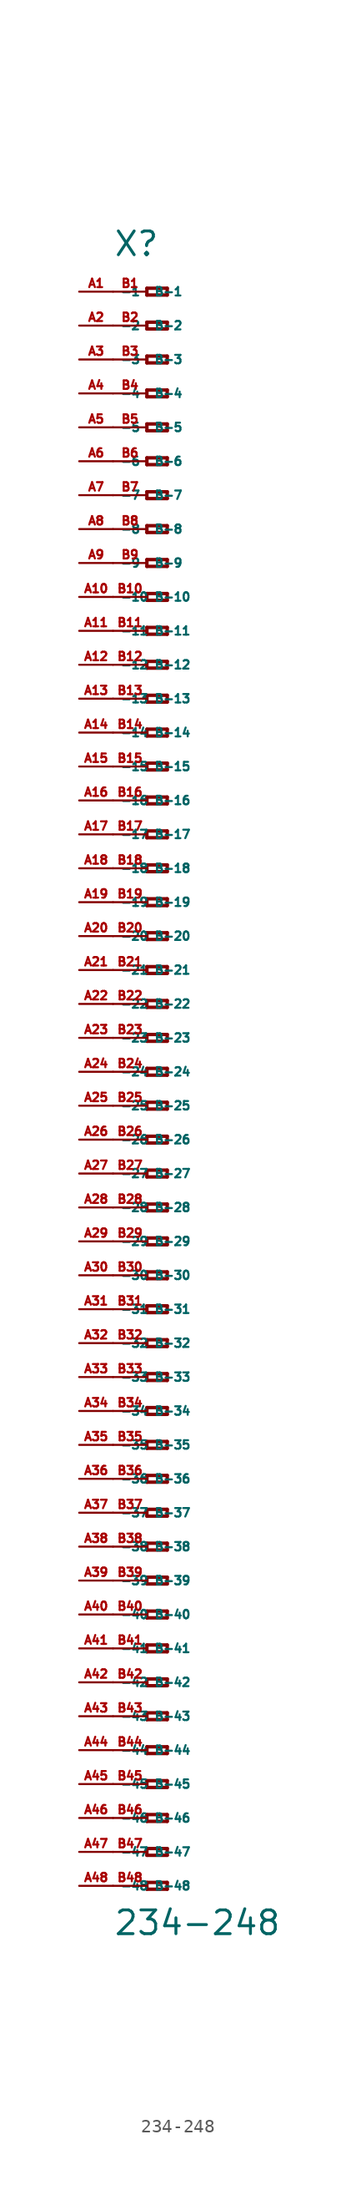
<source format=kicad_sym>
(kicad_symbol_lib
  (version 20220914)
  (generator Eagle2Kicad)
  (symbol "234-248"
    (property "Reference" "X"
      (at -5.08 60.96 0)
      (effects (font (size 1.778 1.778) (thickness 0.22)) (justify left bottom)))
    (property "Value" "234-248"
      (at -5.08 -64.77 0)
      (effects (font (size 1.778 1.778) (thickness 0.22)) (justify left bottom)))
    (polyline
      (pts (xy -2.54 58.674) (xy -2.54 58.166))
      (stroke (width 0.254) (type default))
      (fill (type none)))
    (polyline
      (pts (xy -2.54 58.166) (xy -1.016 58.166))
      (stroke (width 0.254) (type default))
      (fill (type none)))
    (polyline
      (pts (xy -1.016 58.166) (xy -1.016 58.674))
      (stroke (width 0.254) (type default))
      (fill (type none)))
    (polyline
      (pts (xy -1.016 58.674) (xy -2.54 58.674))
      (stroke (width 0.254) (type default))
      (fill (type none)))
    (polyline
      (pts (xy -2.54 56.134) (xy -2.54 55.626))
      (stroke (width 0.254) (type default))
      (fill (type none)))
    (polyline
      (pts (xy -2.54 55.626) (xy -1.016 55.626))
      (stroke (width 0.254) (type default))
      (fill (type none)))
    (polyline
      (pts (xy -1.016 55.626) (xy -1.016 56.134))
      (stroke (width 0.254) (type default))
      (fill (type none)))
    (polyline
      (pts (xy -1.016 56.134) (xy -2.54 56.134))
      (stroke (width 0.254) (type default))
      (fill (type none)))
    (polyline
      (pts (xy -2.54 53.594) (xy -2.54 53.086))
      (stroke (width 0.254) (type default))
      (fill (type none)))
    (polyline
      (pts (xy -2.54 53.086) (xy -1.016 53.086))
      (stroke (width 0.254) (type default))
      (fill (type none)))
    (polyline
      (pts (xy -1.016 53.086) (xy -1.016 53.594))
      (stroke (width 0.254) (type default))
      (fill (type none)))
    (polyline
      (pts (xy -1.016 53.594) (xy -2.54 53.594))
      (stroke (width 0.254) (type default))
      (fill (type none)))
    (polyline
      (pts (xy -2.54 51.054) (xy -2.54 50.546))
      (stroke (width 0.254) (type default))
      (fill (type none)))
    (polyline
      (pts (xy -2.54 50.546) (xy -1.016 50.546))
      (stroke (width 0.254) (type default))
      (fill (type none)))
    (polyline
      (pts (xy -1.016 50.546) (xy -1.016 51.054))
      (stroke (width 0.254) (type default))
      (fill (type none)))
    (polyline
      (pts (xy -1.016 51.054) (xy -2.54 51.054))
      (stroke (width 0.254) (type default))
      (fill (type none)))
    (polyline
      (pts (xy -2.54 48.514) (xy -2.54 48.006))
      (stroke (width 0.254) (type default))
      (fill (type none)))
    (polyline
      (pts (xy -2.54 48.006) (xy -1.016 48.006))
      (stroke (width 0.254) (type default))
      (fill (type none)))
    (polyline
      (pts (xy -1.016 48.006) (xy -1.016 48.514))
      (stroke (width 0.254) (type default))
      (fill (type none)))
    (polyline
      (pts (xy -1.016 48.514) (xy -2.54 48.514))
      (stroke (width 0.254) (type default))
      (fill (type none)))
    (polyline
      (pts (xy -2.54 45.974) (xy -2.54 45.466))
      (stroke (width 0.254) (type default))
      (fill (type none)))
    (polyline
      (pts (xy -2.54 45.466) (xy -1.016 45.466))
      (stroke (width 0.254) (type default))
      (fill (type none)))
    (polyline
      (pts (xy -1.016 45.466) (xy -1.016 45.974))
      (stroke (width 0.254) (type default))
      (fill (type none)))
    (polyline
      (pts (xy -1.016 45.974) (xy -2.54 45.974))
      (stroke (width 0.254) (type default))
      (fill (type none)))
    (polyline
      (pts (xy -2.54 43.434) (xy -2.54 42.926))
      (stroke (width 0.254) (type default))
      (fill (type none)))
    (polyline
      (pts (xy -2.54 42.926) (xy -1.016 42.926))
      (stroke (width 0.254) (type default))
      (fill (type none)))
    (polyline
      (pts (xy -1.016 42.926) (xy -1.016 43.434))
      (stroke (width 0.254) (type default))
      (fill (type none)))
    (polyline
      (pts (xy -1.016 43.434) (xy -2.54 43.434))
      (stroke (width 0.254) (type default))
      (fill (type none)))
    (polyline
      (pts (xy -2.54 40.894) (xy -2.54 40.386))
      (stroke (width 0.254) (type default))
      (fill (type none)))
    (polyline
      (pts (xy -2.54 40.386) (xy -1.016 40.386))
      (stroke (width 0.254) (type default))
      (fill (type none)))
    (polyline
      (pts (xy -1.016 40.386) (xy -1.016 40.894))
      (stroke (width 0.254) (type default))
      (fill (type none)))
    (polyline
      (pts (xy -1.016 40.894) (xy -2.54 40.894))
      (stroke (width 0.254) (type default))
      (fill (type none)))
    (polyline
      (pts (xy -2.54 38.354) (xy -2.54 37.846))
      (stroke (width 0.254) (type default))
      (fill (type none)))
    (polyline
      (pts (xy -2.54 37.846) (xy -1.016 37.846))
      (stroke (width 0.254) (type default))
      (fill (type none)))
    (polyline
      (pts (xy -1.016 37.846) (xy -1.016 38.354))
      (stroke (width 0.254) (type default))
      (fill (type none)))
    (polyline
      (pts (xy -1.016 38.354) (xy -2.54 38.354))
      (stroke (width 0.254) (type default))
      (fill (type none)))
    (polyline
      (pts (xy -2.54 35.814) (xy -2.54 35.306))
      (stroke (width 0.254) (type default))
      (fill (type none)))
    (polyline
      (pts (xy -2.54 35.306) (xy -1.016 35.306))
      (stroke (width 0.254) (type default))
      (fill (type none)))
    (polyline
      (pts (xy -1.016 35.306) (xy -1.016 35.814))
      (stroke (width 0.254) (type default))
      (fill (type none)))
    (polyline
      (pts (xy -1.016 35.814) (xy -2.54 35.814))
      (stroke (width 0.254) (type default))
      (fill (type none)))
    (polyline
      (pts (xy -2.54 33.274) (xy -2.54 32.766))
      (stroke (width 0.254) (type default))
      (fill (type none)))
    (polyline
      (pts (xy -2.54 32.766) (xy -1.016 32.766))
      (stroke (width 0.254) (type default))
      (fill (type none)))
    (polyline
      (pts (xy -1.016 32.766) (xy -1.016 33.274))
      (stroke (width 0.254) (type default))
      (fill (type none)))
    (polyline
      (pts (xy -1.016 33.274) (xy -2.54 33.274))
      (stroke (width 0.254) (type default))
      (fill (type none)))
    (polyline
      (pts (xy -2.54 30.734) (xy -2.54 30.226))
      (stroke (width 0.254) (type default))
      (fill (type none)))
    (polyline
      (pts (xy -2.54 30.226) (xy -1.016 30.226))
      (stroke (width 0.254) (type default))
      (fill (type none)))
    (polyline
      (pts (xy -1.016 30.226) (xy -1.016 30.734))
      (stroke (width 0.254) (type default))
      (fill (type none)))
    (polyline
      (pts (xy -1.016 30.734) (xy -2.54 30.734))
      (stroke (width 0.254) (type default))
      (fill (type none)))
    (polyline
      (pts (xy -2.54 28.194) (xy -2.54 27.686))
      (stroke (width 0.254) (type default))
      (fill (type none)))
    (polyline
      (pts (xy -2.54 27.686) (xy -1.016 27.686))
      (stroke (width 0.254) (type default))
      (fill (type none)))
    (polyline
      (pts (xy -1.016 27.686) (xy -1.016 28.194))
      (stroke (width 0.254) (type default))
      (fill (type none)))
    (polyline
      (pts (xy -1.016 28.194) (xy -2.54 28.194))
      (stroke (width 0.254) (type default))
      (fill (type none)))
    (polyline
      (pts (xy -2.54 25.654) (xy -2.54 25.146))
      (stroke (width 0.254) (type default))
      (fill (type none)))
    (polyline
      (pts (xy -2.54 25.146) (xy -1.016 25.146))
      (stroke (width 0.254) (type default))
      (fill (type none)))
    (polyline
      (pts (xy -1.016 25.146) (xy -1.016 25.654))
      (stroke (width 0.254) (type default))
      (fill (type none)))
    (polyline
      (pts (xy -1.016 25.654) (xy -2.54 25.654))
      (stroke (width 0.254) (type default))
      (fill (type none)))
    (polyline
      (pts (xy -2.54 23.114) (xy -2.54 22.606))
      (stroke (width 0.254) (type default))
      (fill (type none)))
    (polyline
      (pts (xy -2.54 22.606) (xy -1.016 22.606))
      (stroke (width 0.254) (type default))
      (fill (type none)))
    (polyline
      (pts (xy -1.016 22.606) (xy -1.016 23.114))
      (stroke (width 0.254) (type default))
      (fill (type none)))
    (polyline
      (pts (xy -1.016 23.114) (xy -2.54 23.114))
      (stroke (width 0.254) (type default))
      (fill (type none)))
    (polyline
      (pts (xy -2.54 20.574) (xy -2.54 20.066))
      (stroke (width 0.254) (type default))
      (fill (type none)))
    (polyline
      (pts (xy -2.54 20.066) (xy -1.016 20.066))
      (stroke (width 0.254) (type default))
      (fill (type none)))
    (polyline
      (pts (xy -1.016 20.066) (xy -1.016 20.574))
      (stroke (width 0.254) (type default))
      (fill (type none)))
    (polyline
      (pts (xy -1.016 20.574) (xy -2.54 20.574))
      (stroke (width 0.254) (type default))
      (fill (type none)))
    (polyline
      (pts (xy -2.54 18.034) (xy -2.54 17.526))
      (stroke (width 0.254) (type default))
      (fill (type none)))
    (polyline
      (pts (xy -2.54 17.526) (xy -1.016 17.526))
      (stroke (width 0.254) (type default))
      (fill (type none)))
    (polyline
      (pts (xy -1.016 17.526) (xy -1.016 18.034))
      (stroke (width 0.254) (type default))
      (fill (type none)))
    (polyline
      (pts (xy -1.016 18.034) (xy -2.54 18.034))
      (stroke (width 0.254) (type default))
      (fill (type none)))
    (polyline
      (pts (xy -2.54 15.494) (xy -2.54 14.986))
      (stroke (width 0.254) (type default))
      (fill (type none)))
    (polyline
      (pts (xy -2.54 14.986) (xy -1.016 14.986))
      (stroke (width 0.254) (type default))
      (fill (type none)))
    (polyline
      (pts (xy -1.016 14.986) (xy -1.016 15.494))
      (stroke (width 0.254) (type default))
      (fill (type none)))
    (polyline
      (pts (xy -1.016 15.494) (xy -2.54 15.494))
      (stroke (width 0.254) (type default))
      (fill (type none)))
    (polyline
      (pts (xy -2.54 12.954) (xy -2.54 12.446))
      (stroke (width 0.254) (type default))
      (fill (type none)))
    (polyline
      (pts (xy -2.54 12.446) (xy -1.016 12.446))
      (stroke (width 0.254) (type default))
      (fill (type none)))
    (polyline
      (pts (xy -1.016 12.446) (xy -1.016 12.954))
      (stroke (width 0.254) (type default))
      (fill (type none)))
    (polyline
      (pts (xy -1.016 12.954) (xy -2.54 12.954))
      (stroke (width 0.254) (type default))
      (fill (type none)))
    (polyline
      (pts (xy -2.54 10.414) (xy -2.54 9.906))
      (stroke (width 0.254) (type default))
      (fill (type none)))
    (polyline
      (pts (xy -2.54 9.906) (xy -1.016 9.906))
      (stroke (width 0.254) (type default))
      (fill (type none)))
    (polyline
      (pts (xy -1.016 9.906) (xy -1.016 10.414))
      (stroke (width 0.254) (type default))
      (fill (type none)))
    (polyline
      (pts (xy -1.016 10.414) (xy -2.54 10.414))
      (stroke (width 0.254) (type default))
      (fill (type none)))
    (polyline
      (pts (xy -2.54 7.874) (xy -2.54 7.366))
      (stroke (width 0.254) (type default))
      (fill (type none)))
    (polyline
      (pts (xy -2.54 7.366) (xy -1.016 7.366))
      (stroke (width 0.254) (type default))
      (fill (type none)))
    (polyline
      (pts (xy -1.016 7.366) (xy -1.016 7.874))
      (stroke (width 0.254) (type default))
      (fill (type none)))
    (polyline
      (pts (xy -1.016 7.874) (xy -2.54 7.874))
      (stroke (width 0.254) (type default))
      (fill (type none)))
    (polyline
      (pts (xy -2.54 5.334) (xy -2.54 4.826))
      (stroke (width 0.254) (type default))
      (fill (type none)))
    (polyline
      (pts (xy -2.54 4.826) (xy -1.016 4.826))
      (stroke (width 0.254) (type default))
      (fill (type none)))
    (polyline
      (pts (xy -1.016 4.826) (xy -1.016 5.334))
      (stroke (width 0.254) (type default))
      (fill (type none)))
    (polyline
      (pts (xy -1.016 5.334) (xy -2.54 5.334))
      (stroke (width 0.254) (type default))
      (fill (type none)))
    (polyline
      (pts (xy -2.54 2.794) (xy -2.54 2.286))
      (stroke (width 0.254) (type default))
      (fill (type none)))
    (polyline
      (pts (xy -2.54 2.286) (xy -1.016 2.286))
      (stroke (width 0.254) (type default))
      (fill (type none)))
    (polyline
      (pts (xy -1.016 2.286) (xy -1.016 2.794))
      (stroke (width 0.254) (type default))
      (fill (type none)))
    (polyline
      (pts (xy -1.016 2.794) (xy -2.54 2.794))
      (stroke (width 0.254) (type default))
      (fill (type none)))
    (polyline
      (pts (xy -2.54 0.254) (xy -2.54 -0.254))
      (stroke (width 0.254) (type default))
      (fill (type none)))
    (polyline
      (pts (xy -2.54 -0.254) (xy -1.016 -0.254))
      (stroke (width 0.254) (type default))
      (fill (type none)))
    (polyline
      (pts (xy -1.016 -0.254) (xy -1.016 0.254))
      (stroke (width 0.254) (type default))
      (fill (type none)))
    (polyline
      (pts (xy -1.016 0.254) (xy -2.54 0.254))
      (stroke (width 0.254) (type default))
      (fill (type none)))
    (polyline
      (pts (xy -2.54 -2.286) (xy -2.54 -2.794))
      (stroke (width 0.254) (type default))
      (fill (type none)))
    (polyline
      (pts (xy -2.54 -2.794) (xy -1.016 -2.794))
      (stroke (width 0.254) (type default))
      (fill (type none)))
    (polyline
      (pts (xy -1.016 -2.794) (xy -1.016 -2.286))
      (stroke (width 0.254) (type default))
      (fill (type none)))
    (polyline
      (pts (xy -1.016 -2.286) (xy -2.54 -2.286))
      (stroke (width 0.254) (type default))
      (fill (type none)))
    (polyline
      (pts (xy -2.54 -4.826) (xy -2.54 -5.334))
      (stroke (width 0.254) (type default))
      (fill (type none)))
    (polyline
      (pts (xy -2.54 -5.334) (xy -1.016 -5.334))
      (stroke (width 0.254) (type default))
      (fill (type none)))
    (polyline
      (pts (xy -1.016 -5.334) (xy -1.016 -4.826))
      (stroke (width 0.254) (type default))
      (fill (type none)))
    (polyline
      (pts (xy -1.016 -4.826) (xy -2.54 -4.826))
      (stroke (width 0.254) (type default))
      (fill (type none)))
    (polyline
      (pts (xy -2.54 -7.366) (xy -2.54 -7.874))
      (stroke (width 0.254) (type default))
      (fill (type none)))
    (polyline
      (pts (xy -2.54 -7.874) (xy -1.016 -7.874))
      (stroke (width 0.254) (type default))
      (fill (type none)))
    (polyline
      (pts (xy -1.016 -7.874) (xy -1.016 -7.366))
      (stroke (width 0.254) (type default))
      (fill (type none)))
    (polyline
      (pts (xy -1.016 -7.366) (xy -2.54 -7.366))
      (stroke (width 0.254) (type default))
      (fill (type none)))
    (polyline
      (pts (xy -2.54 -9.906) (xy -2.54 -10.414))
      (stroke (width 0.254) (type default))
      (fill (type none)))
    (polyline
      (pts (xy -2.54 -10.414) (xy -1.016 -10.414))
      (stroke (width 0.254) (type default))
      (fill (type none)))
    (polyline
      (pts (xy -1.016 -10.414) (xy -1.016 -9.906))
      (stroke (width 0.254) (type default))
      (fill (type none)))
    (polyline
      (pts (xy -1.016 -9.906) (xy -2.54 -9.906))
      (stroke (width 0.254) (type default))
      (fill (type none)))
    (polyline
      (pts (xy -2.54 -12.446) (xy -2.54 -12.954))
      (stroke (width 0.254) (type default))
      (fill (type none)))
    (polyline
      (pts (xy -2.54 -12.954) (xy -1.016 -12.954))
      (stroke (width 0.254) (type default))
      (fill (type none)))
    (polyline
      (pts (xy -1.016 -12.954) (xy -1.016 -12.446))
      (stroke (width 0.254) (type default))
      (fill (type none)))
    (polyline
      (pts (xy -1.016 -12.446) (xy -2.54 -12.446))
      (stroke (width 0.254) (type default))
      (fill (type none)))
    (polyline
      (pts (xy -2.54 -14.986) (xy -2.54 -15.494))
      (stroke (width 0.254) (type default))
      (fill (type none)))
    (polyline
      (pts (xy -2.54 -15.494) (xy -1.016 -15.494))
      (stroke (width 0.254) (type default))
      (fill (type none)))
    (polyline
      (pts (xy -1.016 -15.494) (xy -1.016 -14.986))
      (stroke (width 0.254) (type default))
      (fill (type none)))
    (polyline
      (pts (xy -1.016 -14.986) (xy -2.54 -14.986))
      (stroke (width 0.254) (type default))
      (fill (type none)))
    (polyline
      (pts (xy -2.54 -17.526) (xy -2.54 -18.034))
      (stroke (width 0.254) (type default))
      (fill (type none)))
    (polyline
      (pts (xy -2.54 -18.034) (xy -1.016 -18.034))
      (stroke (width 0.254) (type default))
      (fill (type none)))
    (polyline
      (pts (xy -1.016 -18.034) (xy -1.016 -17.526))
      (stroke (width 0.254) (type default))
      (fill (type none)))
    (polyline
      (pts (xy -1.016 -17.526) (xy -2.54 -17.526))
      (stroke (width 0.254) (type default))
      (fill (type none)))
    (polyline
      (pts (xy -2.54 -20.066) (xy -2.54 -20.574))
      (stroke (width 0.254) (type default))
      (fill (type none)))
    (polyline
      (pts (xy -2.54 -20.574) (xy -1.016 -20.574))
      (stroke (width 0.254) (type default))
      (fill (type none)))
    (polyline
      (pts (xy -1.016 -20.574) (xy -1.016 -20.066))
      (stroke (width 0.254) (type default))
      (fill (type none)))
    (polyline
      (pts (xy -1.016 -20.066) (xy -2.54 -20.066))
      (stroke (width 0.254) (type default))
      (fill (type none)))
    (polyline
      (pts (xy -2.54 -22.606) (xy -2.54 -23.114))
      (stroke (width 0.254) (type default))
      (fill (type none)))
    (polyline
      (pts (xy -2.54 -23.114) (xy -1.016 -23.114))
      (stroke (width 0.254) (type default))
      (fill (type none)))
    (polyline
      (pts (xy -1.016 -23.114) (xy -1.016 -22.606))
      (stroke (width 0.254) (type default))
      (fill (type none)))
    (polyline
      (pts (xy -1.016 -22.606) (xy -2.54 -22.606))
      (stroke (width 0.254) (type default))
      (fill (type none)))
    (polyline
      (pts (xy -2.54 -25.146) (xy -2.54 -25.654))
      (stroke (width 0.254) (type default))
      (fill (type none)))
    (polyline
      (pts (xy -2.54 -25.654) (xy -1.016 -25.654))
      (stroke (width 0.254) (type default))
      (fill (type none)))
    (polyline
      (pts (xy -1.016 -25.654) (xy -1.016 -25.146))
      (stroke (width 0.254) (type default))
      (fill (type none)))
    (polyline
      (pts (xy -1.016 -25.146) (xy -2.54 -25.146))
      (stroke (width 0.254) (type default))
      (fill (type none)))
    (polyline
      (pts (xy -2.54 -27.686) (xy -2.54 -28.194))
      (stroke (width 0.254) (type default))
      (fill (type none)))
    (polyline
      (pts (xy -2.54 -28.194) (xy -1.016 -28.194))
      (stroke (width 0.254) (type default))
      (fill (type none)))
    (polyline
      (pts (xy -1.016 -28.194) (xy -1.016 -27.686))
      (stroke (width 0.254) (type default))
      (fill (type none)))
    (polyline
      (pts (xy -1.016 -27.686) (xy -2.54 -27.686))
      (stroke (width 0.254) (type default))
      (fill (type none)))
    (polyline
      (pts (xy -2.54 -30.226) (xy -2.54 -30.734))
      (stroke (width 0.254) (type default))
      (fill (type none)))
    (polyline
      (pts (xy -2.54 -30.734) (xy -1.016 -30.734))
      (stroke (width 0.254) (type default))
      (fill (type none)))
    (polyline
      (pts (xy -1.016 -30.734) (xy -1.016 -30.226))
      (stroke (width 0.254) (type default))
      (fill (type none)))
    (polyline
      (pts (xy -1.016 -30.226) (xy -2.54 -30.226))
      (stroke (width 0.254) (type default))
      (fill (type none)))
    (polyline
      (pts (xy -2.54 -32.766) (xy -2.54 -33.274))
      (stroke (width 0.254) (type default))
      (fill (type none)))
    (polyline
      (pts (xy -2.54 -33.274) (xy -1.016 -33.274))
      (stroke (width 0.254) (type default))
      (fill (type none)))
    (polyline
      (pts (xy -1.016 -33.274) (xy -1.016 -32.766))
      (stroke (width 0.254) (type default))
      (fill (type none)))
    (polyline
      (pts (xy -1.016 -32.766) (xy -2.54 -32.766))
      (stroke (width 0.254) (type default))
      (fill (type none)))
    (polyline
      (pts (xy -2.54 -35.306) (xy -2.54 -35.814))
      (stroke (width 0.254) (type default))
      (fill (type none)))
    (polyline
      (pts (xy -2.54 -35.814) (xy -1.016 -35.814))
      (stroke (width 0.254) (type default))
      (fill (type none)))
    (polyline
      (pts (xy -1.016 -35.814) (xy -1.016 -35.306))
      (stroke (width 0.254) (type default))
      (fill (type none)))
    (polyline
      (pts (xy -1.016 -35.306) (xy -2.54 -35.306))
      (stroke (width 0.254) (type default))
      (fill (type none)))
    (polyline
      (pts (xy -2.54 -37.846) (xy -2.54 -38.354))
      (stroke (width 0.254) (type default))
      (fill (type none)))
    (polyline
      (pts (xy -2.54 -38.354) (xy -1.016 -38.354))
      (stroke (width 0.254) (type default))
      (fill (type none)))
    (polyline
      (pts (xy -1.016 -38.354) (xy -1.016 -37.846))
      (stroke (width 0.254) (type default))
      (fill (type none)))
    (polyline
      (pts (xy -1.016 -37.846) (xy -2.54 -37.846))
      (stroke (width 0.254) (type default))
      (fill (type none)))
    (polyline
      (pts (xy -2.54 -40.386) (xy -2.54 -40.894))
      (stroke (width 0.254) (type default))
      (fill (type none)))
    (polyline
      (pts (xy -2.54 -40.894) (xy -1.016 -40.894))
      (stroke (width 0.254) (type default))
      (fill (type none)))
    (polyline
      (pts (xy -1.016 -40.894) (xy -1.016 -40.386))
      (stroke (width 0.254) (type default))
      (fill (type none)))
    (polyline
      (pts (xy -1.016 -40.386) (xy -2.54 -40.386))
      (stroke (width 0.254) (type default))
      (fill (type none)))
    (polyline
      (pts (xy -2.54 -42.926) (xy -2.54 -43.434))
      (stroke (width 0.254) (type default))
      (fill (type none)))
    (polyline
      (pts (xy -2.54 -43.434) (xy -1.016 -43.434))
      (stroke (width 0.254) (type default))
      (fill (type none)))
    (polyline
      (pts (xy -1.016 -43.434) (xy -1.016 -42.926))
      (stroke (width 0.254) (type default))
      (fill (type none)))
    (polyline
      (pts (xy -1.016 -42.926) (xy -2.54 -42.926))
      (stroke (width 0.254) (type default))
      (fill (type none)))
    (polyline
      (pts (xy -2.54 -45.466) (xy -2.54 -45.974))
      (stroke (width 0.254) (type default))
      (fill (type none)))
    (polyline
      (pts (xy -2.54 -45.974) (xy -1.016 -45.974))
      (stroke (width 0.254) (type default))
      (fill (type none)))
    (polyline
      (pts (xy -1.016 -45.974) (xy -1.016 -45.466))
      (stroke (width 0.254) (type default))
      (fill (type none)))
    (polyline
      (pts (xy -1.016 -45.466) (xy -2.54 -45.466))
      (stroke (width 0.254) (type default))
      (fill (type none)))
    (polyline
      (pts (xy -2.54 -48.006) (xy -2.54 -48.514))
      (stroke (width 0.254) (type default))
      (fill (type none)))
    (polyline
      (pts (xy -2.54 -48.514) (xy -1.016 -48.514))
      (stroke (width 0.254) (type default))
      (fill (type none)))
    (polyline
      (pts (xy -1.016 -48.514) (xy -1.016 -48.006))
      (stroke (width 0.254) (type default))
      (fill (type none)))
    (polyline
      (pts (xy -1.016 -48.006) (xy -2.54 -48.006))
      (stroke (width 0.254) (type default))
      (fill (type none)))
    (polyline
      (pts (xy -2.54 -50.546) (xy -2.54 -51.054))
      (stroke (width 0.254) (type default))
      (fill (type none)))
    (polyline
      (pts (xy -2.54 -51.054) (xy -1.016 -51.054))
      (stroke (width 0.254) (type default))
      (fill (type none)))
    (polyline
      (pts (xy -1.016 -51.054) (xy -1.016 -50.546))
      (stroke (width 0.254) (type default))
      (fill (type none)))
    (polyline
      (pts (xy -1.016 -50.546) (xy -2.54 -50.546))
      (stroke (width 0.254) (type default))
      (fill (type none)))
    (polyline
      (pts (xy -2.54 -53.086) (xy -2.54 -53.594))
      (stroke (width 0.254) (type default))
      (fill (type none)))
    (polyline
      (pts (xy -2.54 -53.594) (xy -1.016 -53.594))
      (stroke (width 0.254) (type default))
      (fill (type none)))
    (polyline
      (pts (xy -1.016 -53.594) (xy -1.016 -53.086))
      (stroke (width 0.254) (type default))
      (fill (type none)))
    (polyline
      (pts (xy -1.016 -53.086) (xy -2.54 -53.086))
      (stroke (width 0.254) (type default))
      (fill (type none)))
    (polyline
      (pts (xy -2.54 -55.626) (xy -2.54 -56.134))
      (stroke (width 0.254) (type default))
      (fill (type none)))
    (polyline
      (pts (xy -2.54 -56.134) (xy -1.016 -56.134))
      (stroke (width 0.254) (type default))
      (fill (type none)))
    (polyline
      (pts (xy -1.016 -56.134) (xy -1.016 -55.626))
      (stroke (width 0.254) (type default))
      (fill (type none)))
    (polyline
      (pts (xy -1.016 -55.626) (xy -2.54 -55.626))
      (stroke (width 0.254) (type default))
      (fill (type none)))
    (polyline
      (pts (xy -2.54 -58.166) (xy -2.54 -58.674))
      (stroke (width 0.254) (type default))
      (fill (type none)))
    (polyline
      (pts (xy -2.54 -58.674) (xy -1.016 -58.674))
      (stroke (width 0.254) (type default))
      (fill (type none)))
    (polyline
      (pts (xy -1.016 -58.674) (xy -1.016 -58.166))
      (stroke (width 0.254) (type default))
      (fill (type none)))
    (polyline
      (pts (xy -1.016 -58.166) (xy -2.54 -58.166))
      (stroke (width 0.254) (type default))
      (fill (type none)))
    (polyline
      (pts (xy -2.54 -60.706) (xy -2.54 -61.214))
      (stroke (width 0.254) (type default))
      (fill (type none)))
    (polyline
      (pts (xy -2.54 -61.214) (xy -1.016 -61.214))
      (stroke (width 0.254) (type default))
      (fill (type none)))
    (polyline
      (pts (xy -1.016 -61.214) (xy -1.016 -60.706))
      (stroke (width 0.254) (type default))
      (fill (type none)))
    (polyline
      (pts (xy -1.016 -60.706) (xy -2.54 -60.706))
      (stroke (width 0.254) (type default))
      (fill (type none)))
    (pin passive line
      (at -7.62 58.42 0)
      (length 2.54)
      (name "-1" (effects (font (size 0.635 0.635) (thickness 0.08)) (justify left bottom)))
      (number "A1" (effects (font (size 0.635 0.635) (thickness 0.08)) (justify left bottom))))
    (pin passive line
      (at -7.62 55.88 0)
      (length 2.54)
      (name "-2" (effects (font (size 0.635 0.635) (thickness 0.08)) (justify left bottom)))
      (number "A2" (effects (font (size 0.635 0.635) (thickness 0.08)) (justify left bottom))))
    (pin passive line
      (at -7.62 53.34 0)
      (length 2.54)
      (name "-3" (effects (font (size 0.635 0.635) (thickness 0.08)) (justify left bottom)))
      (number "A3" (effects (font (size 0.635 0.635) (thickness 0.08)) (justify left bottom))))
    (pin passive line
      (at -7.62 50.8 0)
      (length 2.54)
      (name "-4" (effects (font (size 0.635 0.635) (thickness 0.08)) (justify left bottom)))
      (number "A4" (effects (font (size 0.635 0.635) (thickness 0.08)) (justify left bottom))))
    (pin passive line
      (at -7.62 48.26 0)
      (length 2.54)
      (name "-5" (effects (font (size 0.635 0.635) (thickness 0.08)) (justify left bottom)))
      (number "A5" (effects (font (size 0.635 0.635) (thickness 0.08)) (justify left bottom))))
    (pin passive line
      (at -7.62 45.72 0)
      (length 2.54)
      (name "-6" (effects (font (size 0.635 0.635) (thickness 0.08)) (justify left bottom)))
      (number "A6" (effects (font (size 0.635 0.635) (thickness 0.08)) (justify left bottom))))
    (pin passive line
      (at -7.62 43.18 0)
      (length 2.54)
      (name "-7" (effects (font (size 0.635 0.635) (thickness 0.08)) (justify left bottom)))
      (number "A7" (effects (font (size 0.635 0.635) (thickness 0.08)) (justify left bottom))))
    (pin passive line
      (at -7.62 40.64 0)
      (length 2.54)
      (name "-8" (effects (font (size 0.635 0.635) (thickness 0.08)) (justify left bottom)))
      (number "A8" (effects (font (size 0.635 0.635) (thickness 0.08)) (justify left bottom))))
    (pin passive line
      (at -7.62 38.1 0)
      (length 2.54)
      (name "-9" (effects (font (size 0.635 0.635) (thickness 0.08)) (justify left bottom)))
      (number "A9" (effects (font (size 0.635 0.635) (thickness 0.08)) (justify left bottom))))
    (pin passive line
      (at -7.62 35.56 0)
      (length 2.54)
      (name "-10" (effects (font (size 0.635 0.635) (thickness 0.08)) (justify left bottom)))
      (number "A10" (effects (font (size 0.635 0.635) (thickness 0.08)) (justify left bottom))))
    (pin passive line
      (at -7.62 33.02 0)
      (length 2.54)
      (name "-11" (effects (font (size 0.635 0.635) (thickness 0.08)) (justify left bottom)))
      (number "A11" (effects (font (size 0.635 0.635) (thickness 0.08)) (justify left bottom))))
    (pin passive line
      (at -7.62 30.48 0)
      (length 2.54)
      (name "-12" (effects (font (size 0.635 0.635) (thickness 0.08)) (justify left bottom)))
      (number "A12" (effects (font (size 0.635 0.635) (thickness 0.08)) (justify left bottom))))
    (pin passive line
      (at -7.62 27.94 0)
      (length 2.54)
      (name "-13" (effects (font (size 0.635 0.635) (thickness 0.08)) (justify left bottom)))
      (number "A13" (effects (font (size 0.635 0.635) (thickness 0.08)) (justify left bottom))))
    (pin passive line
      (at -7.62 25.4 0)
      (length 2.54)
      (name "-14" (effects (font (size 0.635 0.635) (thickness 0.08)) (justify left bottom)))
      (number "A14" (effects (font (size 0.635 0.635) (thickness 0.08)) (justify left bottom))))
    (pin passive line
      (at -7.62 22.86 0)
      (length 2.54)
      (name "-15" (effects (font (size 0.635 0.635) (thickness 0.08)) (justify left bottom)))
      (number "A15" (effects (font (size 0.635 0.635) (thickness 0.08)) (justify left bottom))))
    (pin passive line
      (at -7.62 20.32 0)
      (length 2.54)
      (name "-16" (effects (font (size 0.635 0.635) (thickness 0.08)) (justify left bottom)))
      (number "A16" (effects (font (size 0.635 0.635) (thickness 0.08)) (justify left bottom))))
    (pin passive line
      (at -7.62 17.78 0)
      (length 2.54)
      (name "-17" (effects (font (size 0.635 0.635) (thickness 0.08)) (justify left bottom)))
      (number "A17" (effects (font (size 0.635 0.635) (thickness 0.08)) (justify left bottom))))
    (pin passive line
      (at -7.62 15.24 0)
      (length 2.54)
      (name "-18" (effects (font (size 0.635 0.635) (thickness 0.08)) (justify left bottom)))
      (number "A18" (effects (font (size 0.635 0.635) (thickness 0.08)) (justify left bottom))))
    (pin passive line
      (at -7.62 12.7 0)
      (length 2.54)
      (name "-19" (effects (font (size 0.635 0.635) (thickness 0.08)) (justify left bottom)))
      (number "A19" (effects (font (size 0.635 0.635) (thickness 0.08)) (justify left bottom))))
    (pin passive line
      (at -7.62 10.16 0)
      (length 2.54)
      (name "-20" (effects (font (size 0.635 0.635) (thickness 0.08)) (justify left bottom)))
      (number "A20" (effects (font (size 0.635 0.635) (thickness 0.08)) (justify left bottom))))
    (pin passive line
      (at -7.62 7.62 0)
      (length 2.54)
      (name "-21" (effects (font (size 0.635 0.635) (thickness 0.08)) (justify left bottom)))
      (number "A21" (effects (font (size 0.635 0.635) (thickness 0.08)) (justify left bottom))))
    (pin passive line
      (at -7.62 5.08 0)
      (length 2.54)
      (name "-22" (effects (font (size 0.635 0.635) (thickness 0.08)) (justify left bottom)))
      (number "A22" (effects (font (size 0.635 0.635) (thickness 0.08)) (justify left bottom))))
    (pin passive line
      (at -7.62 2.54 0)
      (length 2.54)
      (name "-23" (effects (font (size 0.635 0.635) (thickness 0.08)) (justify left bottom)))
      (number "A23" (effects (font (size 0.635 0.635) (thickness 0.08)) (justify left bottom))))
    (pin passive line
      (at -7.62 0 0)
      (length 2.54)
      (name "-24" (effects (font (size 0.635 0.635) (thickness 0.08)) (justify left bottom)))
      (number "A24" (effects (font (size 0.635 0.635) (thickness 0.08)) (justify left bottom))))
    (pin passive line
      (at -7.62 -2.54 0)
      (length 2.54)
      (name "-25" (effects (font (size 0.635 0.635) (thickness 0.08)) (justify left bottom)))
      (number "A25" (effects (font (size 0.635 0.635) (thickness 0.08)) (justify left bottom))))
    (pin passive line
      (at -7.62 -5.08 0)
      (length 2.54)
      (name "-26" (effects (font (size 0.635 0.635) (thickness 0.08)) (justify left bottom)))
      (number "A26" (effects (font (size 0.635 0.635) (thickness 0.08)) (justify left bottom))))
    (pin passive line
      (at -7.62 -7.62 0)
      (length 2.54)
      (name "-27" (effects (font (size 0.635 0.635) (thickness 0.08)) (justify left bottom)))
      (number "A27" (effects (font (size 0.635 0.635) (thickness 0.08)) (justify left bottom))))
    (pin passive line
      (at -7.62 -10.16 0)
      (length 2.54)
      (name "-28" (effects (font (size 0.635 0.635) (thickness 0.08)) (justify left bottom)))
      (number "A28" (effects (font (size 0.635 0.635) (thickness 0.08)) (justify left bottom))))
    (pin passive line
      (at -7.62 -12.7 0)
      (length 2.54)
      (name "-29" (effects (font (size 0.635 0.635) (thickness 0.08)) (justify left bottom)))
      (number "A29" (effects (font (size 0.635 0.635) (thickness 0.08)) (justify left bottom))))
    (pin passive line
      (at -7.62 -15.24 0)
      (length 2.54)
      (name "-30" (effects (font (size 0.635 0.635) (thickness 0.08)) (justify left bottom)))
      (number "A30" (effects (font (size 0.635 0.635) (thickness 0.08)) (justify left bottom))))
    (pin passive line
      (at -7.62 -17.78 0)
      (length 2.54)
      (name "-31" (effects (font (size 0.635 0.635) (thickness 0.08)) (justify left bottom)))
      (number "A31" (effects (font (size 0.635 0.635) (thickness 0.08)) (justify left bottom))))
    (pin passive line
      (at -7.62 -20.32 0)
      (length 2.54)
      (name "-32" (effects (font (size 0.635 0.635) (thickness 0.08)) (justify left bottom)))
      (number "A32" (effects (font (size 0.635 0.635) (thickness 0.08)) (justify left bottom))))
    (pin passive line
      (at -7.62 -22.86 0)
      (length 2.54)
      (name "-33" (effects (font (size 0.635 0.635) (thickness 0.08)) (justify left bottom)))
      (number "A33" (effects (font (size 0.635 0.635) (thickness 0.08)) (justify left bottom))))
    (pin passive line
      (at -7.62 -25.4 0)
      (length 2.54)
      (name "-34" (effects (font (size 0.635 0.635) (thickness 0.08)) (justify left bottom)))
      (number "A34" (effects (font (size 0.635 0.635) (thickness 0.08)) (justify left bottom))))
    (pin passive line
      (at -7.62 -27.94 0)
      (length 2.54)
      (name "-35" (effects (font (size 0.635 0.635) (thickness 0.08)) (justify left bottom)))
      (number "A35" (effects (font (size 0.635 0.635) (thickness 0.08)) (justify left bottom))))
    (pin passive line
      (at -7.62 -30.48 0)
      (length 2.54)
      (name "-36" (effects (font (size 0.635 0.635) (thickness 0.08)) (justify left bottom)))
      (number "A36" (effects (font (size 0.635 0.635) (thickness 0.08)) (justify left bottom))))
    (pin passive line
      (at -7.62 -33.02 0)
      (length 2.54)
      (name "-37" (effects (font (size 0.635 0.635) (thickness 0.08)) (justify left bottom)))
      (number "A37" (effects (font (size 0.635 0.635) (thickness 0.08)) (justify left bottom))))
    (pin passive line
      (at -7.62 -35.56 0)
      (length 2.54)
      (name "-38" (effects (font (size 0.635 0.635) (thickness 0.08)) (justify left bottom)))
      (number "A38" (effects (font (size 0.635 0.635) (thickness 0.08)) (justify left bottom))))
    (pin passive line
      (at -7.62 -38.1 0)
      (length 2.54)
      (name "-39" (effects (font (size 0.635 0.635) (thickness 0.08)) (justify left bottom)))
      (number "A39" (effects (font (size 0.635 0.635) (thickness 0.08)) (justify left bottom))))
    (pin passive line
      (at -7.62 -40.64 0)
      (length 2.54)
      (name "-40" (effects (font (size 0.635 0.635) (thickness 0.08)) (justify left bottom)))
      (number "A40" (effects (font (size 0.635 0.635) (thickness 0.08)) (justify left bottom))))
    (pin passive line
      (at -7.62 -43.18 0)
      (length 2.54)
      (name "-41" (effects (font (size 0.635 0.635) (thickness 0.08)) (justify left bottom)))
      (number "A41" (effects (font (size 0.635 0.635) (thickness 0.08)) (justify left bottom))))
    (pin passive line
      (at -7.62 -45.72 0)
      (length 2.54)
      (name "-42" (effects (font (size 0.635 0.635) (thickness 0.08)) (justify left bottom)))
      (number "A42" (effects (font (size 0.635 0.635) (thickness 0.08)) (justify left bottom))))
    (pin passive line
      (at -7.62 -48.26 0)
      (length 2.54)
      (name "-43" (effects (font (size 0.635 0.635) (thickness 0.08)) (justify left bottom)))
      (number "A43" (effects (font (size 0.635 0.635) (thickness 0.08)) (justify left bottom))))
    (pin passive line
      (at -7.62 -50.8 0)
      (length 2.54)
      (name "-44" (effects (font (size 0.635 0.635) (thickness 0.08)) (justify left bottom)))
      (number "A44" (effects (font (size 0.635 0.635) (thickness 0.08)) (justify left bottom))))
    (pin passive line
      (at -7.62 -53.34 0)
      (length 2.54)
      (name "-45" (effects (font (size 0.635 0.635) (thickness 0.08)) (justify left bottom)))
      (number "A45" (effects (font (size 0.635 0.635) (thickness 0.08)) (justify left bottom))))
    (pin passive line
      (at -7.62 -55.88 0)
      (length 2.54)
      (name "-46" (effects (font (size 0.635 0.635) (thickness 0.08)) (justify left bottom)))
      (number "A46" (effects (font (size 0.635 0.635) (thickness 0.08)) (justify left bottom))))
    (pin passive line
      (at -7.62 -58.42 0)
      (length 2.54)
      (name "-47" (effects (font (size 0.635 0.635) (thickness 0.08)) (justify left bottom)))
      (number "A47" (effects (font (size 0.635 0.635) (thickness 0.08)) (justify left bottom))))
    (pin passive line
      (at -7.62 -60.96 0)
      (length 2.54)
      (name "-48" (effects (font (size 0.635 0.635) (thickness 0.08)) (justify left bottom)))
      (number "A48" (effects (font (size 0.635 0.635) (thickness 0.08)) (justify left bottom))))
    (pin passive line
      (at -5.08 -60.96 0)
      (length 2.54)
      (name "B-48" (effects (font (size 0.635 0.635) (thickness 0.08)) (justify left bottom)))
      (number "B48" (effects (font (size 0.635 0.635) (thickness 0.08)) (justify left bottom))))
    (pin passive line
      (at -5.08 58.42 0)
      (length 2.54)
      (name "B-1" (effects (font (size 0.635 0.635) (thickness 0.08)) (justify left bottom)))
      (number "B1" (effects (font (size 0.635 0.635) (thickness 0.08)) (justify left bottom))))
    (pin passive line
      (at -5.08 55.88 0)
      (length 2.54)
      (name "B-2" (effects (font (size 0.635 0.635) (thickness 0.08)) (justify left bottom)))
      (number "B2" (effects (font (size 0.635 0.635) (thickness 0.08)) (justify left bottom))))
    (pin passive line
      (at -5.08 53.34 0)
      (length 2.54)
      (name "B-3" (effects (font (size 0.635 0.635) (thickness 0.08)) (justify left bottom)))
      (number "B3" (effects (font (size 0.635 0.635) (thickness 0.08)) (justify left bottom))))
    (pin passive line
      (at -5.08 50.8 0)
      (length 2.54)
      (name "B-4" (effects (font (size 0.635 0.635) (thickness 0.08)) (justify left bottom)))
      (number "B4" (effects (font (size 0.635 0.635) (thickness 0.08)) (justify left bottom))))
    (pin passive line
      (at -5.08 48.26 0)
      (length 2.54)
      (name "B-5" (effects (font (size 0.635 0.635) (thickness 0.08)) (justify left bottom)))
      (number "B5" (effects (font (size 0.635 0.635) (thickness 0.08)) (justify left bottom))))
    (pin passive line
      (at -5.08 45.72 0)
      (length 2.54)
      (name "B-6" (effects (font (size 0.635 0.635) (thickness 0.08)) (justify left bottom)))
      (number "B6" (effects (font (size 0.635 0.635) (thickness 0.08)) (justify left bottom))))
    (pin passive line
      (at -5.08 43.18 0)
      (length 2.54)
      (name "B-7" (effects (font (size 0.635 0.635) (thickness 0.08)) (justify left bottom)))
      (number "B7" (effects (font (size 0.635 0.635) (thickness 0.08)) (justify left bottom))))
    (pin passive line
      (at -5.08 40.64 0)
      (length 2.54)
      (name "B-8" (effects (font (size 0.635 0.635) (thickness 0.08)) (justify left bottom)))
      (number "B8" (effects (font (size 0.635 0.635) (thickness 0.08)) (justify left bottom))))
    (pin passive line
      (at -5.08 38.1 0)
      (length 2.54)
      (name "B-9" (effects (font (size 0.635 0.635) (thickness 0.08)) (justify left bottom)))
      (number "B9" (effects (font (size 0.635 0.635) (thickness 0.08)) (justify left bottom))))
    (pin passive line
      (at -5.08 35.56 0)
      (length 2.54)
      (name "B-10" (effects (font (size 0.635 0.635) (thickness 0.08)) (justify left bottom)))
      (number "B10" (effects (font (size 0.635 0.635) (thickness 0.08)) (justify left bottom))))
    (pin passive line
      (at -5.08 33.02 0)
      (length 2.54)
      (name "B-11" (effects (font (size 0.635 0.635) (thickness 0.08)) (justify left bottom)))
      (number "B11" (effects (font (size 0.635 0.635) (thickness 0.08)) (justify left bottom))))
    (pin passive line
      (at -5.08 30.48 0)
      (length 2.54)
      (name "B-12" (effects (font (size 0.635 0.635) (thickness 0.08)) (justify left bottom)))
      (number "B12" (effects (font (size 0.635 0.635) (thickness 0.08)) (justify left bottom))))
    (pin passive line
      (at -5.08 27.94 0)
      (length 2.54)
      (name "B-13" (effects (font (size 0.635 0.635) (thickness 0.08)) (justify left bottom)))
      (number "B13" (effects (font (size 0.635 0.635) (thickness 0.08)) (justify left bottom))))
    (pin passive line
      (at -5.08 25.4 0)
      (length 2.54)
      (name "B-14" (effects (font (size 0.635 0.635) (thickness 0.08)) (justify left bottom)))
      (number "B14" (effects (font (size 0.635 0.635) (thickness 0.08)) (justify left bottom))))
    (pin passive line
      (at -5.08 22.86 0)
      (length 2.54)
      (name "B-15" (effects (font (size 0.635 0.635) (thickness 0.08)) (justify left bottom)))
      (number "B15" (effects (font (size 0.635 0.635) (thickness 0.08)) (justify left bottom))))
    (pin passive line
      (at -5.08 20.32 0)
      (length 2.54)
      (name "B-16" (effects (font (size 0.635 0.635) (thickness 0.08)) (justify left bottom)))
      (number "B16" (effects (font (size 0.635 0.635) (thickness 0.08)) (justify left bottom))))
    (pin passive line
      (at -5.08 17.78 0)
      (length 2.54)
      (name "B-17" (effects (font (size 0.635 0.635) (thickness 0.08)) (justify left bottom)))
      (number "B17" (effects (font (size 0.635 0.635) (thickness 0.08)) (justify left bottom))))
    (pin passive line
      (at -5.08 15.24 0)
      (length 2.54)
      (name "B-18" (effects (font (size 0.635 0.635) (thickness 0.08)) (justify left bottom)))
      (number "B18" (effects (font (size 0.635 0.635) (thickness 0.08)) (justify left bottom))))
    (pin passive line
      (at -5.08 12.7 0)
      (length 2.54)
      (name "B-19" (effects (font (size 0.635 0.635) (thickness 0.08)) (justify left bottom)))
      (number "B19" (effects (font (size 0.635 0.635) (thickness 0.08)) (justify left bottom))))
    (pin passive line
      (at -5.08 10.16 0)
      (length 2.54)
      (name "B-20" (effects (font (size 0.635 0.635) (thickness 0.08)) (justify left bottom)))
      (number "B20" (effects (font (size 0.635 0.635) (thickness 0.08)) (justify left bottom))))
    (pin passive line
      (at -5.08 7.62 0)
      (length 2.54)
      (name "B-21" (effects (font (size 0.635 0.635) (thickness 0.08)) (justify left bottom)))
      (number "B21" (effects (font (size 0.635 0.635) (thickness 0.08)) (justify left bottom))))
    (pin passive line
      (at -5.08 5.08 0)
      (length 2.54)
      (name "B-22" (effects (font (size 0.635 0.635) (thickness 0.08)) (justify left bottom)))
      (number "B22" (effects (font (size 0.635 0.635) (thickness 0.08)) (justify left bottom))))
    (pin passive line
      (at -5.08 2.54 0)
      (length 2.54)
      (name "B-23" (effects (font (size 0.635 0.635) (thickness 0.08)) (justify left bottom)))
      (number "B23" (effects (font (size 0.635 0.635) (thickness 0.08)) (justify left bottom))))
    (pin passive line
      (at -5.08 0 0)
      (length 2.54)
      (name "B-24" (effects (font (size 0.635 0.635) (thickness 0.08)) (justify left bottom)))
      (number "B24" (effects (font (size 0.635 0.635) (thickness 0.08)) (justify left bottom))))
    (pin passive line
      (at -5.08 -2.54 0)
      (length 2.54)
      (name "B-25" (effects (font (size 0.635 0.635) (thickness 0.08)) (justify left bottom)))
      (number "B25" (effects (font (size 0.635 0.635) (thickness 0.08)) (justify left bottom))))
    (pin passive line
      (at -5.08 -5.08 0)
      (length 2.54)
      (name "B-26" (effects (font (size 0.635 0.635) (thickness 0.08)) (justify left bottom)))
      (number "B26" (effects (font (size 0.635 0.635) (thickness 0.08)) (justify left bottom))))
    (pin passive line
      (at -5.08 -7.62 0)
      (length 2.54)
      (name "B-27" (effects (font (size 0.635 0.635) (thickness 0.08)) (justify left bottom)))
      (number "B27" (effects (font (size 0.635 0.635) (thickness 0.08)) (justify left bottom))))
    (pin passive line
      (at -5.08 -10.16 0)
      (length 2.54)
      (name "B-28" (effects (font (size 0.635 0.635) (thickness 0.08)) (justify left bottom)))
      (number "B28" (effects (font (size 0.635 0.635) (thickness 0.08)) (justify left bottom))))
    (pin passive line
      (at -5.08 -12.7 0)
      (length 2.54)
      (name "B-29" (effects (font (size 0.635 0.635) (thickness 0.08)) (justify left bottom)))
      (number "B29" (effects (font (size 0.635 0.635) (thickness 0.08)) (justify left bottom))))
    (pin passive line
      (at -5.08 -15.24 0)
      (length 2.54)
      (name "B-30" (effects (font (size 0.635 0.635) (thickness 0.08)) (justify left bottom)))
      (number "B30" (effects (font (size 0.635 0.635) (thickness 0.08)) (justify left bottom))))
    (pin passive line
      (at -5.08 -17.78 0)
      (length 2.54)
      (name "B-31" (effects (font (size 0.635 0.635) (thickness 0.08)) (justify left bottom)))
      (number "B31" (effects (font (size 0.635 0.635) (thickness 0.08)) (justify left bottom))))
    (pin passive line
      (at -5.08 -20.32 0)
      (length 2.54)
      (name "B-32" (effects (font (size 0.635 0.635) (thickness 0.08)) (justify left bottom)))
      (number "B32" (effects (font (size 0.635 0.635) (thickness 0.08)) (justify left bottom))))
    (pin passive line
      (at -5.08 -22.86 0)
      (length 2.54)
      (name "B-33" (effects (font (size 0.635 0.635) (thickness 0.08)) (justify left bottom)))
      (number "B33" (effects (font (size 0.635 0.635) (thickness 0.08)) (justify left bottom))))
    (pin passive line
      (at -5.08 -25.4 0)
      (length 2.54)
      (name "B-34" (effects (font (size 0.635 0.635) (thickness 0.08)) (justify left bottom)))
      (number "B34" (effects (font (size 0.635 0.635) (thickness 0.08)) (justify left bottom))))
    (pin passive line
      (at -5.08 -27.94 0)
      (length 2.54)
      (name "B-35" (effects (font (size 0.635 0.635) (thickness 0.08)) (justify left bottom)))
      (number "B35" (effects (font (size 0.635 0.635) (thickness 0.08)) (justify left bottom))))
    (pin passive line
      (at -5.08 -30.48 0)
      (length 2.54)
      (name "B-36" (effects (font (size 0.635 0.635) (thickness 0.08)) (justify left bottom)))
      (number "B36" (effects (font (size 0.635 0.635) (thickness 0.08)) (justify left bottom))))
    (pin passive line
      (at -5.08 -33.02 0)
      (length 2.54)
      (name "B-37" (effects (font (size 0.635 0.635) (thickness 0.08)) (justify left bottom)))
      (number "B37" (effects (font (size 0.635 0.635) (thickness 0.08)) (justify left bottom))))
    (pin passive line
      (at -5.08 -35.56 0)
      (length 2.54)
      (name "B-38" (effects (font (size 0.635 0.635) (thickness 0.08)) (justify left bottom)))
      (number "B38" (effects (font (size 0.635 0.635) (thickness 0.08)) (justify left bottom))))
    (pin passive line
      (at -5.08 -38.1 0)
      (length 2.54)
      (name "B-39" (effects (font (size 0.635 0.635) (thickness 0.08)) (justify left bottom)))
      (number "B39" (effects (font (size 0.635 0.635) (thickness 0.08)) (justify left bottom))))
    (pin passive line
      (at -5.08 -40.64 0)
      (length 2.54)
      (name "B-40" (effects (font (size 0.635 0.635) (thickness 0.08)) (justify left bottom)))
      (number "B40" (effects (font (size 0.635 0.635) (thickness 0.08)) (justify left bottom))))
    (pin passive line
      (at -5.08 -43.18 0)
      (length 2.54)
      (name "B-41" (effects (font (size 0.635 0.635) (thickness 0.08)) (justify left bottom)))
      (number "B41" (effects (font (size 0.635 0.635) (thickness 0.08)) (justify left bottom))))
    (pin passive line
      (at -5.08 -45.72 0)
      (length 2.54)
      (name "B-42" (effects (font (size 0.635 0.635) (thickness 0.08)) (justify left bottom)))
      (number "B42" (effects (font (size 0.635 0.635) (thickness 0.08)) (justify left bottom))))
    (pin passive line
      (at -5.08 -48.26 0)
      (length 2.54)
      (name "B-43" (effects (font (size 0.635 0.635) (thickness 0.08)) (justify left bottom)))
      (number "B43" (effects (font (size 0.635 0.635) (thickness 0.08)) (justify left bottom))))
    (pin passive line
      (at -5.08 -50.8 0)
      (length 2.54)
      (name "B-44" (effects (font (size 0.635 0.635) (thickness 0.08)) (justify left bottom)))
      (number "B44" (effects (font (size 0.635 0.635) (thickness 0.08)) (justify left bottom))))
    (pin passive line
      (at -5.08 -53.34 0)
      (length 2.54)
      (name "B-45" (effects (font (size 0.635 0.635) (thickness 0.08)) (justify left bottom)))
      (number "B45" (effects (font (size 0.635 0.635) (thickness 0.08)) (justify left bottom))))
    (pin passive line
      (at -5.08 -55.88 0)
      (length 2.54)
      (name "B-46" (effects (font (size 0.635 0.635) (thickness 0.08)) (justify left bottom)))
      (number "B46" (effects (font (size 0.635 0.635) (thickness 0.08)) (justify left bottom))))
    (pin passive line
      (at -5.08 -58.42 0)
      (length 2.54)
      (name "B-47" (effects (font (size 0.635 0.635) (thickness 0.08)) (justify left bottom)))
      (number "B47" (effects (font (size 0.635 0.635) (thickness 0.08)) (justify left bottom))))))
</source>
